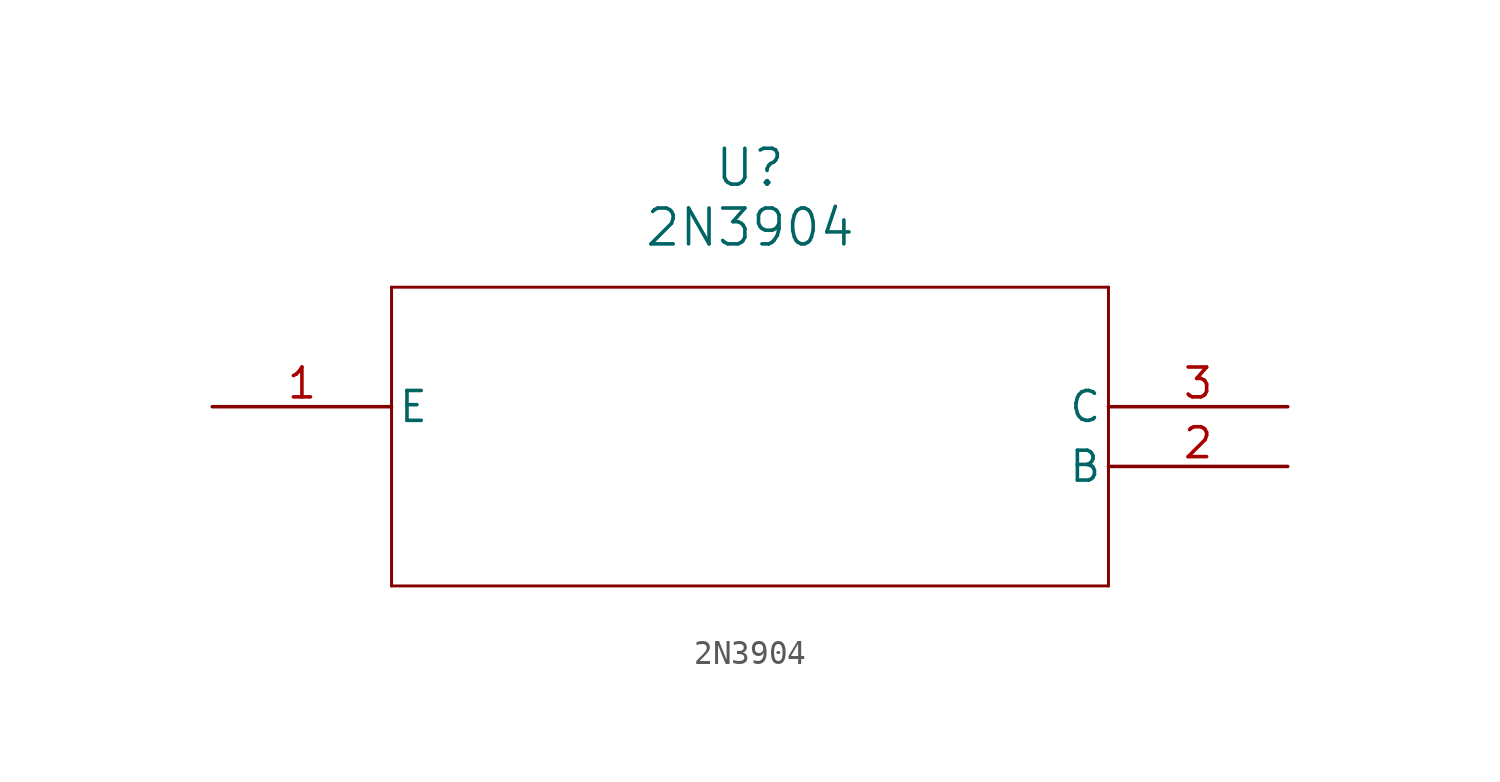
<source format=kicad_sym>
(kicad_symbol_lib
  (version 20211014)
  (generator kicad_symbol_editor)
  (symbol "2N3904"
    (pin_names
      (offset 0.254))
    (property "Reference" "U"
      (at 22.86 10.16 0)
      (effects (font (size 1.524 1.524))))
    (property "Value" "2N3904"
      (at 22.86 7.62 0)
      (effects (font (size 1.524 1.524))))
    (symbol "2N3904_0_1"
      (polyline (pts (xy 7.62 5.08) (xy 7.62 -7.62)) (stroke (width 0.127) (type default) (color 0 0 0 0)) (fill (type none)))
      (polyline (pts (xy 7.62 -7.62) (xy 38.1 -7.62)) (stroke (width 0.127) (type default) (color 0 0 0 0)) (fill (type none)))
      (polyline (pts (xy 38.1 -7.62) (xy 38.1 5.08)) (stroke (width 0.127) (type default) (color 0 0 0 0)) (fill (type none)))
      (polyline (pts (xy 38.1 5.08) (xy 7.62 5.08)) (stroke (width 0.127) (type default) (color 0 0 0 0)) (fill (type none)))
      (pin unspecified line (at 0 0 0) (length 7.62) (name "E" (effects (font (size 1.27 1.27)))) (number "1" (effects (font (size 1.27 1.27)))))
      (pin unspecified line (at 45.72 -2.54 180) (length 7.62) (name "B" (effects (font (size 1.27 1.27)))) (number "2" (effects (font (size 1.27 1.27)))))
      (pin unspecified line (at 45.72 0 180) (length 7.62) (name "C" (effects (font (size 1.27 1.27)))) (number "3" (effects (font (size 1.27 1.27))))))))
</source>
